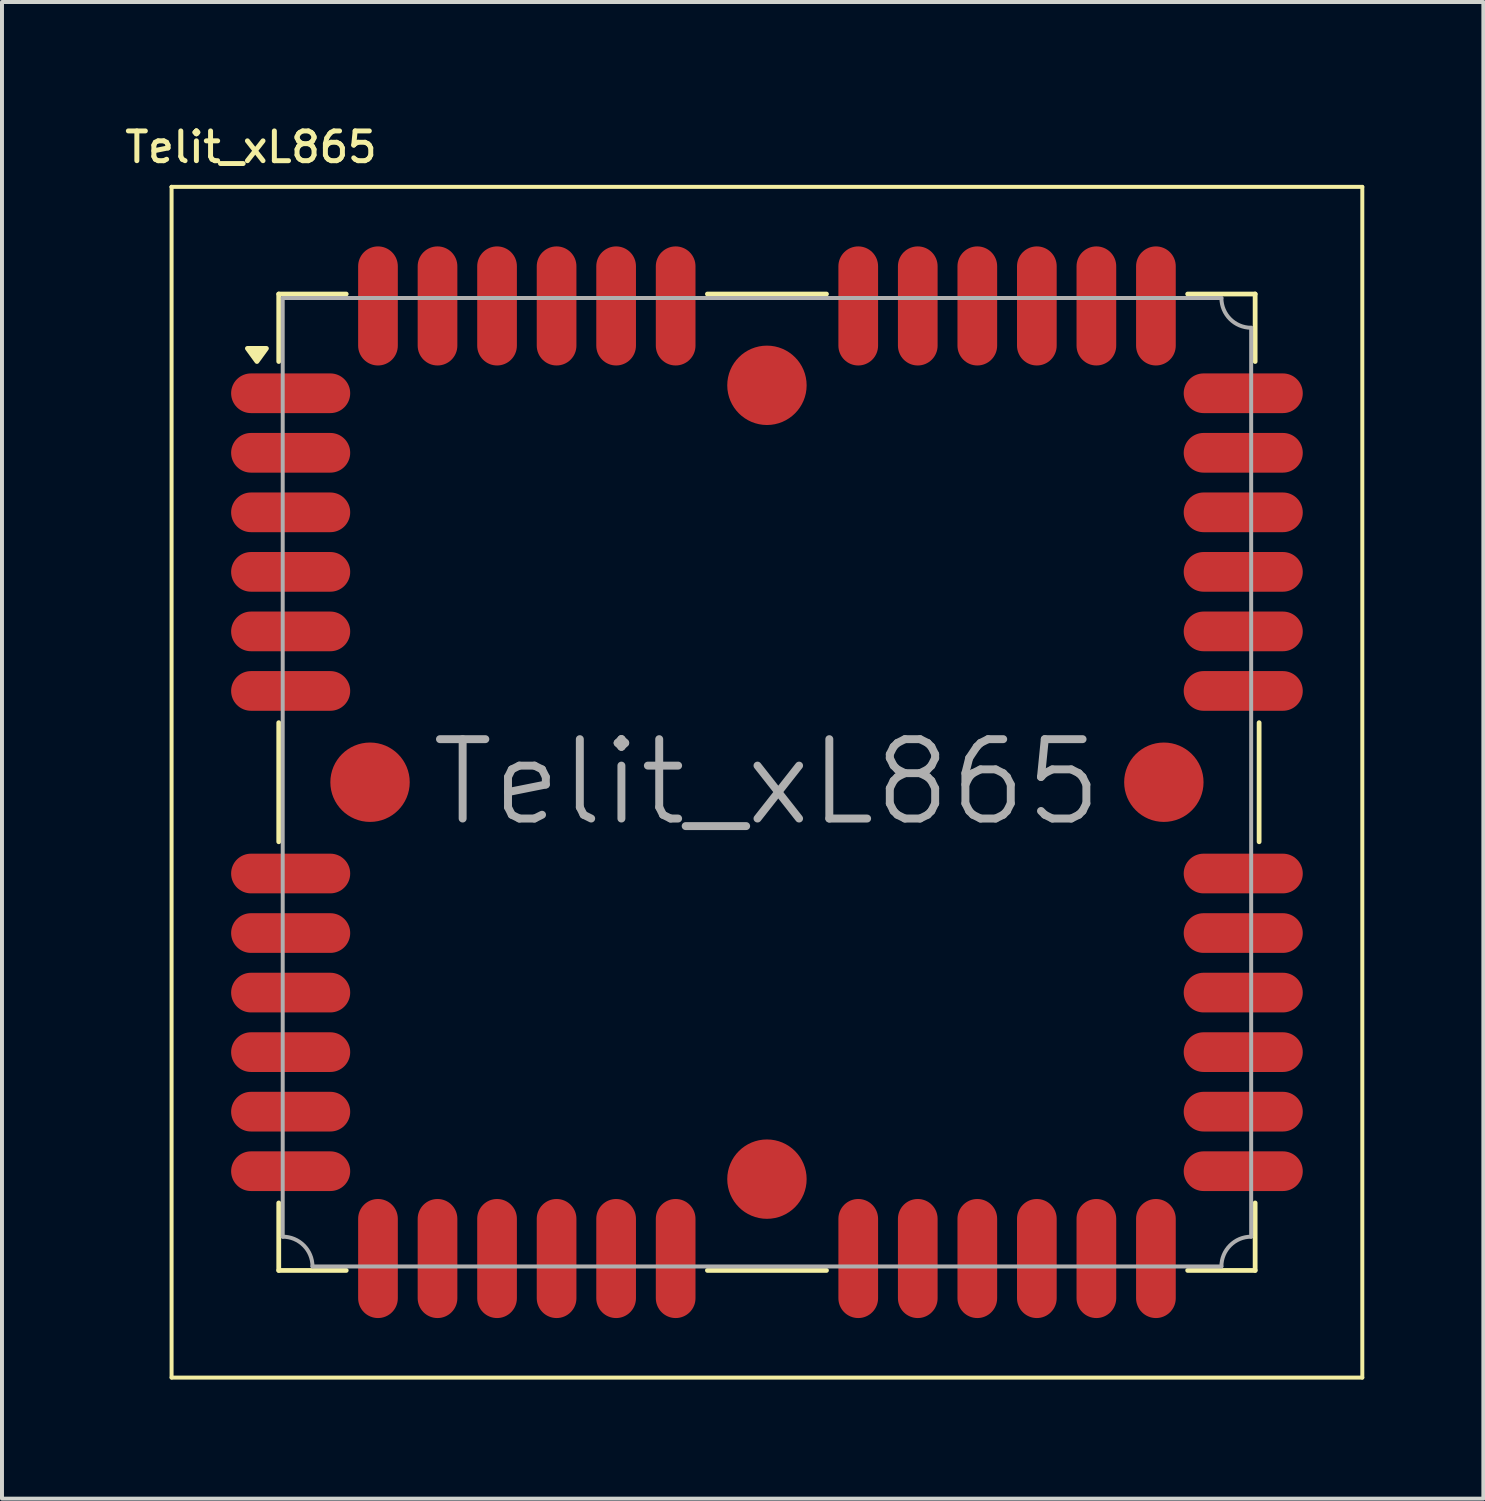
<source format=kicad_pcb>
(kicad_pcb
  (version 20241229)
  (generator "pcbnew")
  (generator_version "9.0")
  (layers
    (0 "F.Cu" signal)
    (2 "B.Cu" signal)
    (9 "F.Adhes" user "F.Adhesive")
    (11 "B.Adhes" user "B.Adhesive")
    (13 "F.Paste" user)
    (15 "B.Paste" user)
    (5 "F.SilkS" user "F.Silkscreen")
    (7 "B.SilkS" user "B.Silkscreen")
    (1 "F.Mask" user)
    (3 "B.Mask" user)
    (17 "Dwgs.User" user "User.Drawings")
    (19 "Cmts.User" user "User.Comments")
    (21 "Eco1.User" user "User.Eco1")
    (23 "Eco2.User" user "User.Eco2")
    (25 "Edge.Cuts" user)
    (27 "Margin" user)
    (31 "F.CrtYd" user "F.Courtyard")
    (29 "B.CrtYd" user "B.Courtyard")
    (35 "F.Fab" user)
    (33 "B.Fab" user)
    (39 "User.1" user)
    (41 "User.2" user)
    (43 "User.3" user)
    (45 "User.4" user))
  (footprint "Telit_xL865"
    (layer "F.Cu")
    (at 16.273 16.658)
    (property "Reference" "Telit_xL865" (at -13 -16 0) (layer "F.SilkS") (effects (font (size 0.75 0.75) (thickness 0.125))))
    (attr smd)
    (fp_line (start -15 -15) (end -15 -15) (stroke (width 0.1) (type solid)) (layer "F.SilkS"))
    (fp_line (start -15 -15) (end 15 -15) (stroke (width 0.1) (type solid)) (layer "F.SilkS"))
    (fp_line (start -15 15) (end -15 -15) (stroke (width 0.1) (type solid)) (layer "F.SilkS"))
    (fp_line (start -12.3 -12.3) (end -12.3 -10.6) (stroke (width 0.12) (type solid)) (layer "F.SilkS"))
    (fp_line (start -12.3 -1.5) (end -12.3 1.5) (stroke (width 0.12) (type solid)) (layer "F.SilkS"))
    (fp_line (start -12.3 12.3) (end -12.3 10.6) (stroke (width 0.12) (type solid)) (layer "F.SilkS"))
    (fp_line (start -10.6 -12.3) (end -12.3 -12.3) (stroke (width 0.12) (type solid)) (layer "F.SilkS"))
    (fp_line (start -10.6 12.3) (end -12.3 12.3) (stroke (width 0.12) (type solid)) (layer "F.SilkS"))
    (fp_line (start -1.5 -12.3) (end 1.5 -12.3) (stroke (width 0.12) (type solid)) (layer "F.SilkS"))
    (fp_line (start 1.5 12.3) (end -1.5 12.3) (stroke (width 0.12) (type solid)) (layer "F.SilkS"))
    (fp_line (start 10.6 -12.3) (end 12.3 -12.3) (stroke (width 0.12) (type solid)) (layer "F.SilkS"))
    (fp_line (start 12.3 -12.3) (end 12.3 -10.6) (stroke (width 0.12) (type solid)) (layer "F.SilkS"))
    (fp_line (start 12.3 10.6) (end 12.3 12.3) (stroke (width 0.12) (type solid)) (layer "F.SilkS"))
    (fp_line (start 12.3 12.3) (end 10.6 12.3) (stroke (width 0.12) (type solid)) (layer "F.SilkS"))
    (fp_line (start 12.4 -1.5) (end 12.4 1.5) (stroke (width 0.12) (type solid)) (layer "F.SilkS"))
    (fp_line (start 15 -15) (end 15 15) (stroke (width 0.1) (type solid)) (layer "F.SilkS"))
    (fp_line (start 15 15) (end -15 15) (stroke (width 0.1) (type solid)) (layer "F.SilkS"))
    (fp_poly (pts (xy -12.85 -10.6) (xy -13.09 -10.93) (xy -12.61 -10.93) (xy -12.85 -10.6)) (stroke (width 0.12) (type solid)) (fill yes) (layer "F.SilkS"))
    (fp_line (start -12.2 -12.2) (end 11.45 -12.2) (stroke (width 0.1) (type solid)) (layer "F.Fab"))
    (fp_line (start -12.2 11.45) (end -12.2 -12.2) (stroke (width 0.1) (type solid)) (layer "F.Fab"))
    (fp_line (start -11.45 12.2) (end 11.45 12.2) (stroke (width 0.1) (type solid)) (layer "F.Fab"))
    (fp_line (start 12.2 11.45) (end 12.2 -11.45) (stroke (width 0.1) (type solid)) (layer "F.Fab"))
    (fp_arc (start -12.2 11.45) (mid -11.66967 11.66967) (end -11.45 12.2) (stroke (width 0.1) (type solid)) (layer "F.Fab"))
    (fp_arc (start 11.45 12.2) (mid 11.66967 11.66967) (end 12.2 11.45) (stroke (width 0.1) (type solid)) (layer "F.Fab"))
    (fp_arc (start 12.2 -11.45) (mid 11.66967 -11.66967) (end 11.45 -12.2) (stroke (width 0.1) (type solid)) (layer "F.Fab"))
    (fp_text user "${REFERENCE}" (at 0 0 0) (layer "F.Fab") (effects (font (size 2 2) (thickness 0.2))))
    (pad "" smd circle (at -10 0 90) (size 2 2) (layers "F.Cu" "F.Mask" "F.Paste"))
    (pad "" smd circle (at 0 -10 90) (size 2 2) (layers "F.Cu" "F.Mask" "F.Paste"))
    (pad "" smd circle (at 0 10 90) (size 2 2) (layers "F.Cu" "F.Mask" "F.Paste"))
    (pad "" smd circle (at 10 0 90) (size 2 2) (layers "F.Cu" "F.Mask" "F.Paste"))
    (pad "1" smd oval (at -12 -9.8 90) (size 1 3) (layers "F.Cu" "F.Mask" "F.Paste"))
    (pad "2" smd oval (at -12 -8.3 90) (size 1 3) (layers "F.Cu" "F.Mask" "F.Paste"))
    (pad "3" smd oval (at -12 -6.8 90) (size 1 3) (layers "F.Cu" "F.Mask" "F.Paste"))
    (pad "4" smd oval (at -12 -5.3 90) (size 1 3) (layers "F.Cu" "F.Mask" "F.Paste"))
    (pad "5" smd oval (at -12 -3.8 90) (size 1 3) (layers "F.Cu" "F.Mask" "F.Paste"))
    (pad "6" smd oval (at -12 -2.3 90) (size 1 3) (layers "F.Cu" "F.Mask" "F.Paste"))
    (pad "7" smd oval (at -12 2.3 90) (size 1 3) (layers "F.Cu" "F.Mask" "F.Paste"))
    (pad "8" smd oval (at -12 3.8 90) (size 1 3) (layers "F.Cu" "F.Mask" "F.Paste"))
    (pad "9" smd oval (at -12 5.3 90) (size 1 3) (layers "F.Cu" "F.Mask" "F.Paste"))
    (pad "10" smd oval (at -12 6.8 90) (size 1 3) (layers "F.Cu" "F.Mask" "F.Paste"))
    (pad "11" smd oval (at -12 8.3 90) (size 1 3) (layers "F.Cu" "F.Mask" "F.Paste"))
    (pad "12" smd oval (at -12 9.8 90) (size 1 3) (layers "F.Cu" "F.Mask" "F.Paste"))
    (pad "13" smd oval (at -9.8 12) (size 1 3) (layers "F.Cu" "F.Mask" "F.Paste"))
    (pad "14" smd oval (at -8.3 12) (size 1 3) (layers "F.Cu" "F.Mask" "F.Paste"))
    (pad "15" smd oval (at -6.8 12) (size 1 3) (layers "F.Cu" "F.Mask" "F.Paste"))
    (pad "16" smd oval (at -5.3 12) (size 1 3) (layers "F.Cu" "F.Mask" "F.Paste"))
    (pad "17" smd oval (at -3.8 12) (size 1 3) (layers "F.Cu" "F.Mask" "F.Paste"))
    (pad "18" smd oval (at -2.3 12) (size 1 3) (layers "F.Cu" "F.Mask" "F.Paste"))
    (pad "19" smd oval (at 2.3 12) (size 1 3) (layers "F.Cu" "F.Mask" "F.Paste"))
    (pad "20" smd oval (at 3.8 12) (size 1 3) (layers "F.Cu" "F.Mask" "F.Paste"))
    (pad "21" smd oval (at 5.3 12) (size 1 3) (layers "F.Cu" "F.Mask" "F.Paste"))
    (pad "22" smd oval (at 6.8 12) (size 1 3) (layers "F.Cu" "F.Mask" "F.Paste"))
    (pad "23" smd oval (at 8.3 12) (size 1 3) (layers "F.Cu" "F.Mask" "F.Paste"))
    (pad "24" smd oval (at 9.8 12) (size 1 3) (layers "F.Cu" "F.Mask" "F.Paste"))
    (pad "25" smd oval (at 12 9.8 90) (size 1 3) (layers "F.Cu" "F.Mask" "F.Paste"))
    (pad "26" smd oval (at 12 8.3 90) (size 1 3) (layers "F.Cu" "F.Mask" "F.Paste"))
    (pad "27" smd oval (at 12 6.8 90) (size 1 3) (layers "F.Cu" "F.Mask" "F.Paste"))
    (pad "28" smd oval (at 12 5.3 90) (size 1 3) (layers "F.Cu" "F.Mask" "F.Paste"))
    (pad "29" smd oval (at 12 3.8 90) (size 1 3) (layers "F.Cu" "F.Mask" "F.Paste"))
    (pad "30" smd oval (at 12 2.3 90) (size 1 3) (layers "F.Cu" "F.Mask" "F.Paste"))
    (pad "31" smd oval (at 12 -2.3 90) (size 1 3) (layers "F.Cu" "F.Mask" "F.Paste"))
    (pad "32" smd oval (at 12 -3.8 90) (size 1 3) (layers "F.Cu" "F.Mask" "F.Paste"))
    (pad "33" smd oval (at 12 -5.3 90) (size 1 3) (layers "F.Cu" "F.Mask" "F.Paste"))
    (pad "34" smd oval (at 12 -6.8 90) (size 1 3) (layers "F.Cu" "F.Mask" "F.Paste"))
    (pad "35" smd oval (at 12 -8.3 90) (size 1 3) (layers "F.Cu" "F.Mask" "F.Paste"))
    (pad "36" smd oval (at 12 -9.8 90) (size 1 3) (layers "F.Cu" "F.Mask" "F.Paste"))
    (pad "37" smd oval (at 9.8 -12) (size 1 3) (layers "F.Cu" "F.Mask" "F.Paste"))
    (pad "38" smd oval (at 8.3 -12) (size 1 3) (layers "F.Cu" "F.Mask" "F.Paste"))
    (pad "39" smd oval (at 6.8 -12) (size 1 3) (layers "F.Cu" "F.Mask" "F.Paste"))
    (pad "40" smd oval (at 5.3 -12) (size 1 3) (layers "F.Cu" "F.Mask" "F.Paste"))
    (pad "41" smd oval (at 3.8 -12) (size 1 3) (layers "F.Cu" "F.Mask" "F.Paste"))
    (pad "42" smd oval (at 2.3 -12) (size 1 3) (layers "F.Cu" "F.Mask" "F.Paste"))
    (pad "43" smd oval (at -2.3 -12) (size 1 3) (layers "F.Cu" "F.Mask" "F.Paste"))
    (pad "44" smd oval (at -3.8 -12) (size 1 3) (layers "F.Cu" "F.Mask" "F.Paste"))
    (pad "45" smd oval (at -5.3 -12) (size 1 3) (layers "F.Cu" "F.Mask" "F.Paste"))
    (pad "46" smd oval (at -6.8 -12) (size 1 3) (layers "F.Cu" "F.Mask" "F.Paste"))
    (pad "47" smd oval (at -8.3 -12) (size 1 3) (layers "F.Cu" "F.Mask" "F.Paste"))
    (pad "48" smd oval (at -9.8 -12) (size 1 3) (layers "F.Cu" "F.Mask" "F.Paste")))
  (gr_rect
    (start -3 -3)
    (end 34.323 34.708)
    (stroke (width 0.1) (type default))
    (fill no)
    (layer "Edge.Cuts")))
</source>
